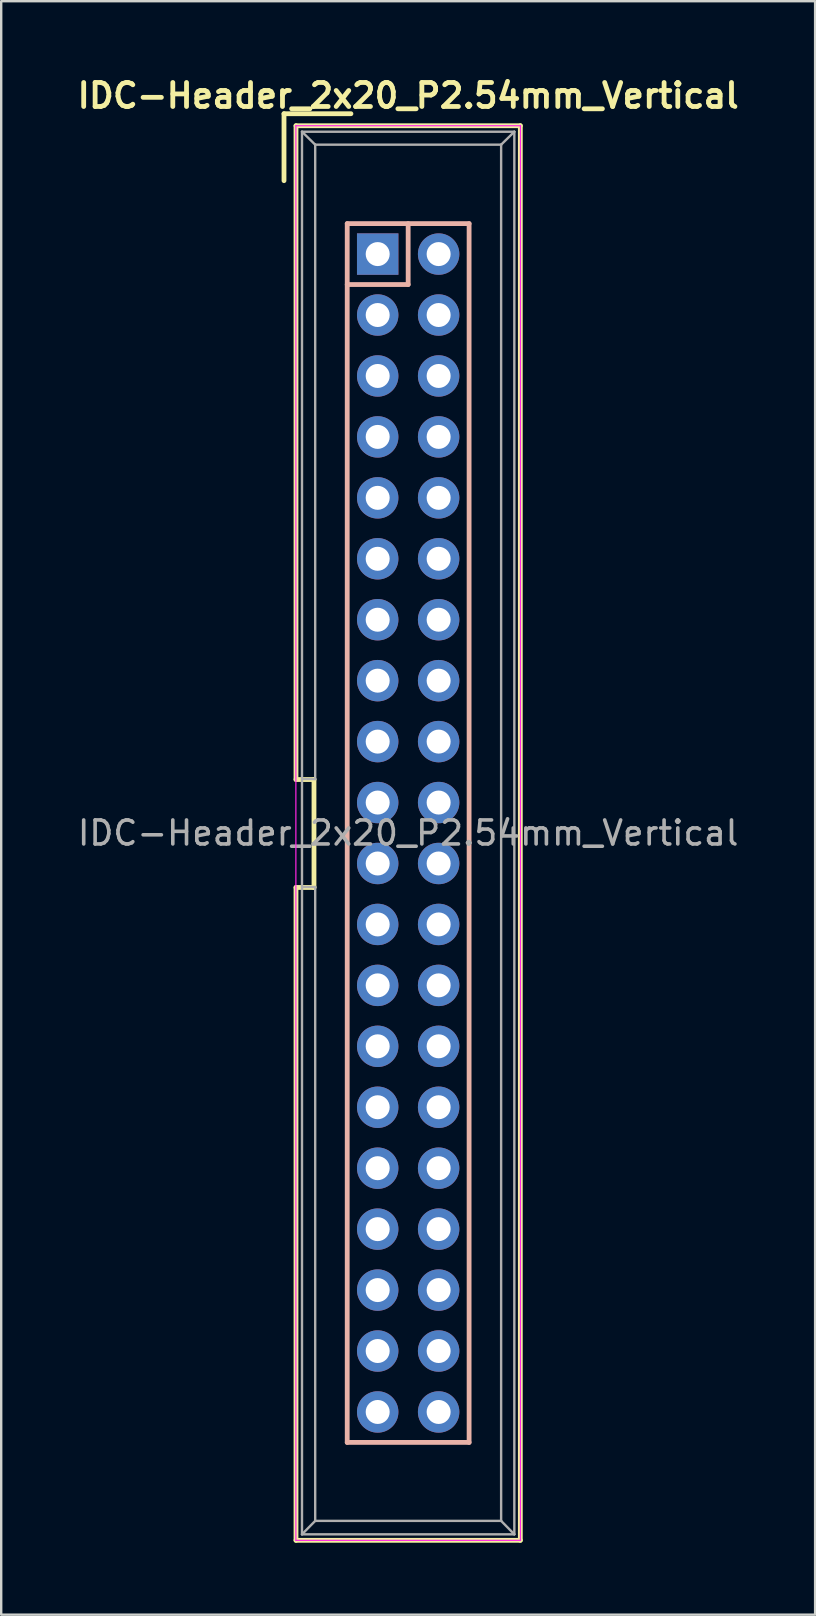
<source format=kicad_pcb>
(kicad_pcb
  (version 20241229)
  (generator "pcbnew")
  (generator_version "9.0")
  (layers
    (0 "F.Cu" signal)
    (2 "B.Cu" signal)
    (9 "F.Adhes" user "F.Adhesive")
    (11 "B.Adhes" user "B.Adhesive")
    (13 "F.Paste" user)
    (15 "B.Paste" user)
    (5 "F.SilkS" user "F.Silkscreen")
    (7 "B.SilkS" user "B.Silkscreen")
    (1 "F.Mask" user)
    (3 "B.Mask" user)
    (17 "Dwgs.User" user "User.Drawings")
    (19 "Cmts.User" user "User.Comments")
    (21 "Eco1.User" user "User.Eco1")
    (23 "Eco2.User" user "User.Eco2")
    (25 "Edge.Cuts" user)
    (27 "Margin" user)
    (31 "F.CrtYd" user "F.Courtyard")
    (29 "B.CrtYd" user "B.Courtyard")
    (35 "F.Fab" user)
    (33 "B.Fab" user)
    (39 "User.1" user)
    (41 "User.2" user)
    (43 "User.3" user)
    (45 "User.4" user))
  (footprint "IDC-Header_2x20_P2.54mm_Vertical"
    (layer "F.Cu")
    (at 12.692 7.54)
    (property "Reference" "IDC-Header_2x20_P2.54mm_Vertical" (at 1.27 -6.604 0) (layer "F.SilkS") (effects (font (size 1 1) (thickness 0.2))))
    (attr through_hole)
    (fp_line (start -3.905 -5.85) (end -3.905 -3.06) (stroke (width 0.2) (type solid)) (layer "F.SilkS"))
    (fp_line (start -3.905 -5.85) (end -1.115 -5.85) (stroke (width 0.2) (type solid)) (layer "F.SilkS"))
    (fp_line (start -3.405 -5.35) (end -3.405 21.9) (stroke (width 0.2) (type solid)) (layer "F.SilkS"))
    (fp_line (start -3.405 -5.35) (end 5.945 -5.35) (stroke (width 0.2) (type solid)) (layer "F.SilkS"))
    (fp_line (start -3.405 21.9) (end -2.655 21.9) (stroke (width 0.2) (type solid)) (layer "F.SilkS"))
    (fp_line (start -3.405 26.4) (end -2.655 26.4) (stroke (width 0.2) (type solid)) (layer "F.SilkS"))
    (fp_line (start -3.405 53.61) (end -3.405 26.4) (stroke (width 0.2) (type solid)) (layer "F.SilkS"))
    (fp_line (start -2.655 21.9) (end -2.655 26.4) (stroke (width 0.2) (type solid)) (layer "F.SilkS"))
    (fp_line (start 5.945 -5.35) (end 5.945 53.61) (stroke (width 0.2) (type solid)) (layer "F.SilkS"))
    (fp_line (start 5.945 53.61) (end -3.405 53.61) (stroke (width 0.2) (type solid)) (layer "F.SilkS"))
    (fp_line (start -1.27 -1.27) (end 3.81 -1.27) (stroke (width 0.2) (type solid)) (layer "B.SilkS"))
    (fp_line (start -1.27 1.27) (end 1.27 1.27) (stroke (width 0.2) (type solid)) (layer "B.SilkS"))
    (fp_line (start -1.27 49.53) (end -1.27 -1.27) (stroke (width 0.2) (type solid)) (layer "B.SilkS"))
    (fp_line (start 1.27 1.27) (end 1.27 -1.27) (stroke (width 0.2) (type solid)) (layer "B.SilkS"))
    (fp_line (start 3.81 -1.27) (end 3.81 49.53) (stroke (width 0.2) (type solid)) (layer "B.SilkS"))
    (fp_line (start 3.81 49.53) (end -1.27 49.53) (stroke (width 0.2) (type solid)) (layer "B.SilkS"))
    (fp_line (start -3.41 -5.35) (end 5.95 -5.35) (stroke (width 0.05) (type solid)) (layer "F.CrtYd"))
    (fp_line (start -3.41 53.61) (end -3.41 -5.35) (stroke (width 0.05) (type solid)) (layer "F.CrtYd"))
    (fp_line (start 5.95 -5.35) (end 5.95 53.61) (stroke (width 0.05) (type solid)) (layer "F.CrtYd"))
    (fp_line (start 5.95 53.61) (end -3.41 53.61) (stroke (width 0.05) (type solid)) (layer "F.CrtYd"))
    (fp_line (start -3.155 -5.1) (end -3.155 53.36) (stroke (width 0.1) (type solid)) (layer "F.Fab"))
    (fp_line (start -3.155 -5.1) (end -2.605 -4.56) (stroke (width 0.1) (type solid)) (layer "F.Fab"))
    (fp_line (start -3.155 53.36) (end -2.605 52.8) (stroke (width 0.1) (type solid)) (layer "F.Fab"))
    (fp_line (start -2.605 -4.56) (end -2.605 21.88) (stroke (width 0.1) (type solid)) (layer "F.Fab"))
    (fp_line (start -2.605 21.88) (end -3.155 21.88) (stroke (width 0.1) (type solid)) (layer "F.Fab"))
    (fp_line (start -2.605 26.38) (end -3.155 26.38) (stroke (width 0.1) (type solid)) (layer "F.Fab"))
    (fp_line (start -2.605 26.38) (end -2.605 52.8) (stroke (width 0.1) (type solid)) (layer "F.Fab"))
    (fp_line (start 5.145 -4.56) (end -2.605 -4.56) (stroke (width 0.1) (type solid)) (layer "F.Fab"))
    (fp_line (start 5.145 -4.56) (end 5.145 52.8) (stroke (width 0.1) (type solid)) (layer "F.Fab"))
    (fp_line (start 5.145 52.8) (end -2.605 52.8) (stroke (width 0.1) (type solid)) (layer "F.Fab"))
    (fp_line (start 5.695 -5.1) (end -3.155 -5.1) (stroke (width 0.1) (type solid)) (layer "F.Fab"))
    (fp_line (start 5.695 -5.1) (end 5.145 -4.56) (stroke (width 0.1) (type solid)) (layer "F.Fab"))
    (fp_line (start 5.695 -5.1) (end 5.695 53.36) (stroke (width 0.1) (type solid)) (layer "F.Fab"))
    (fp_line (start 5.695 53.36) (end -3.155 53.36) (stroke (width 0.1) (type solid)) (layer "F.Fab"))
    (fp_line (start 5.695 53.36) (end 5.145 52.8) (stroke (width 0.1) (type solid)) (layer "F.Fab"))
    (fp_text user "${REFERENCE}" (at 1.27 24.13 0) (layer "F.Fab") (effects (font (size 1 1) (thickness 0.15))))
    (pad "1" thru_hole rect (at 0 0) (size 1.727 1.727) (drill 1) (layers "*.Cu" "*.Mask"))
    (pad "2" thru_hole oval (at 2.54 0) (size 1.727 1.727) (drill 1) (layers "*.Cu" "*.Mask"))
    (pad "3" thru_hole oval (at 0 2.54) (size 1.727 1.727) (drill 1) (layers "*.Cu" "*.Mask"))
    (pad "4" thru_hole oval (at 2.54 2.54) (size 1.727 1.727) (drill 1) (layers "*.Cu" "*.Mask"))
    (pad "5" thru_hole oval (at 0 5.08) (size 1.727 1.727) (drill 1) (layers "*.Cu" "*.Mask"))
    (pad "6" thru_hole oval (at 2.54 5.08) (size 1.727 1.727) (drill 1) (layers "*.Cu" "*.Mask"))
    (pad "7" thru_hole oval (at 0 7.62) (size 1.727 1.727) (drill 1) (layers "*.Cu" "*.Mask"))
    (pad "8" thru_hole oval (at 2.54 7.62) (size 1.727 1.727) (drill 1) (layers "*.Cu" "*.Mask"))
    (pad "9" thru_hole oval (at 0 10.16) (size 1.727 1.727) (drill 1) (layers "*.Cu" "*.Mask"))
    (pad "10" thru_hole oval (at 2.54 10.16) (size 1.727 1.727) (drill 1) (layers "*.Cu" "*.Mask"))
    (pad "11" thru_hole oval (at 0 12.7) (size 1.727 1.727) (drill 1) (layers "*.Cu" "*.Mask"))
    (pad "12" thru_hole oval (at 2.54 12.7) (size 1.727 1.727) (drill 1) (layers "*.Cu" "*.Mask"))
    (pad "13" thru_hole oval (at 0 15.24) (size 1.727 1.727) (drill 1) (layers "*.Cu" "*.Mask"))
    (pad "14" thru_hole oval (at 2.54 15.24) (size 1.727 1.727) (drill 1) (layers "*.Cu" "*.Mask"))
    (pad "15" thru_hole oval (at 0 17.78) (size 1.727 1.727) (drill 1) (layers "*.Cu" "*.Mask"))
    (pad "16" thru_hole oval (at 2.54 17.78) (size 1.727 1.727) (drill 1) (layers "*.Cu" "*.Mask"))
    (pad "17" thru_hole oval (at 0 20.32) (size 1.727 1.727) (drill 1) (layers "*.Cu" "*.Mask"))
    (pad "18" thru_hole oval (at 2.54 20.32) (size 1.727 1.727) (drill 1) (layers "*.Cu" "*.Mask"))
    (pad "19" thru_hole oval (at 0 22.86) (size 1.727 1.727) (drill 1) (layers "*.Cu" "*.Mask"))
    (pad "20" thru_hole oval (at 2.54 22.86) (size 1.727 1.727) (drill 1) (layers "*.Cu" "*.Mask"))
    (pad "21" thru_hole oval (at 0 25.4) (size 1.727 1.727) (drill 1) (layers "*.Cu" "*.Mask"))
    (pad "22" thru_hole oval (at 2.54 25.4) (size 1.727 1.727) (drill 1) (layers "*.Cu" "*.Mask"))
    (pad "23" thru_hole oval (at 0 27.94) (size 1.727 1.727) (drill 1) (layers "*.Cu" "*.Mask"))
    (pad "24" thru_hole oval (at 2.54 27.94) (size 1.727 1.727) (drill 1) (layers "*.Cu" "*.Mask"))
    (pad "25" thru_hole oval (at 0 30.48) (size 1.727 1.727) (drill 1) (layers "*.Cu" "*.Mask"))
    (pad "26" thru_hole oval (at 2.54 30.48) (size 1.727 1.727) (drill 1) (layers "*.Cu" "*.Mask"))
    (pad "27" thru_hole oval (at 0 33.02) (size 1.727 1.727) (drill 1) (layers "*.Cu" "*.Mask"))
    (pad "28" thru_hole oval (at 2.54 33.02) (size 1.727 1.727) (drill 1) (layers "*.Cu" "*.Mask"))
    (pad "29" thru_hole oval (at 0 35.56) (size 1.727 1.727) (drill 1) (layers "*.Cu" "*.Mask"))
    (pad "30" thru_hole oval (at 2.54 35.56) (size 1.727 1.727) (drill 1) (layers "*.Cu" "*.Mask"))
    (pad "31" thru_hole oval (at 0 38.1) (size 1.727 1.727) (drill 1) (layers "*.Cu" "*.Mask"))
    (pad "32" thru_hole oval (at 2.54 38.1) (size 1.727 1.727) (drill 1) (layers "*.Cu" "*.Mask"))
    (pad "33" thru_hole oval (at 0 40.64) (size 1.727 1.727) (drill 1) (layers "*.Cu" "*.Mask"))
    (pad "34" thru_hole oval (at 2.54 40.64) (size 1.727 1.727) (drill 1) (layers "*.Cu" "*.Mask"))
    (pad "35" thru_hole oval (at 0 43.18) (size 1.727 1.727) (drill 1) (layers "*.Cu" "*.Mask"))
    (pad "36" thru_hole oval (at 2.54 43.18) (size 1.727 1.727) (drill 1) (layers "*.Cu" "*.Mask"))
    (pad "37" thru_hole oval (at 0 45.72) (size 1.727 1.727) (drill 1) (layers "*.Cu" "*.Mask"))
    (pad "38" thru_hole oval (at 2.54 45.72) (size 1.727 1.727) (drill 1) (layers "*.Cu" "*.Mask"))
    (pad "39" thru_hole oval (at 0 48.26) (size 1.727 1.727) (drill 1) (layers "*.Cu" "*.Mask"))
    (pad "40" thru_hole oval (at 2.54 48.26) (size 1.727 1.727) (drill 1) (layers "*.Cu" "*.Mask")))
  (gr_rect
    (start -3 -3)
    (end 30.924 64.25)
    (stroke (width 0.1) (type default))
    (fill no)
    (layer "Edge.Cuts")))
</source>
